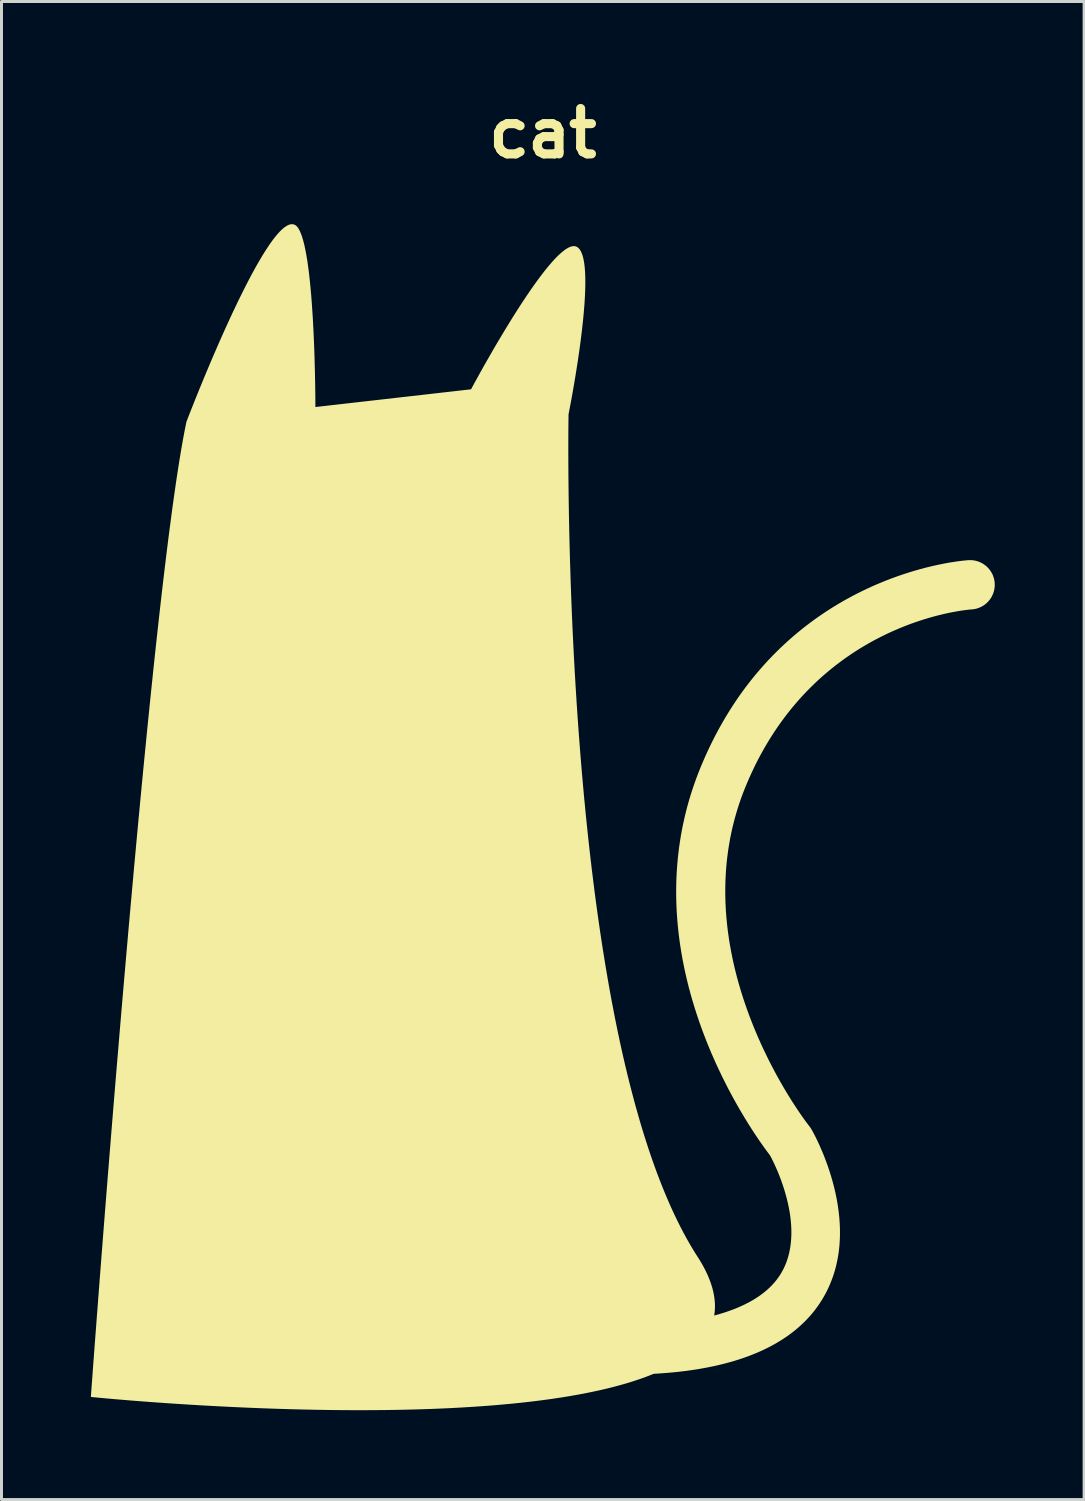
<source format=kicad_pcb>
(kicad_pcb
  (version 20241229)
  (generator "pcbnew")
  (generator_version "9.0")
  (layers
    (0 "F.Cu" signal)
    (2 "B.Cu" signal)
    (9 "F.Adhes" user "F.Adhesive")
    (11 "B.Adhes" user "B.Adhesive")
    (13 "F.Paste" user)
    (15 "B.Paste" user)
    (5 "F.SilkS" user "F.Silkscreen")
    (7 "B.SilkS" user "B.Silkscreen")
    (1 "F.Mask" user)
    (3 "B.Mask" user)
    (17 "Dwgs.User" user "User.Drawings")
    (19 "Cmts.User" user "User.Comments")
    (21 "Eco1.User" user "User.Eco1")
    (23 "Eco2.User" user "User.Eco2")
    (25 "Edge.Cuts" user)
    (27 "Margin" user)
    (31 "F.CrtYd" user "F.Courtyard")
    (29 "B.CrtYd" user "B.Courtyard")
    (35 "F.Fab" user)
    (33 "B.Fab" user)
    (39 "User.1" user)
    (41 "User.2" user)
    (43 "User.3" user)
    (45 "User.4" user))
  (footprint "cat"
    (layer "F.Cu")
    (at 15.172 24.862)
    (property "Reference" "cat" (at 0 -23.435 0) (layer "F.SilkS") (effects (font (size 1.524 1.524) (thickness 0.305))))
    (attr exclude_from_pos_files exclude_from_bom)
    (fp_poly (pts (xy -8.425 -20.386) (xy -8.449 -20.384) (xy -8.474 -20.38) (xy -8.499 -20.374) (xy -8.525 -20.365) (xy -8.551 -20.354) (xy -8.578 -20.341) (xy -8.605 -20.325) (xy -8.633 -20.307) (xy -8.661 -20.288) (xy -8.69 -20.266) (xy -8.719 -20.242) (xy -8.748 -20.216) (xy -8.778 -20.188) (xy -8.809 -20.159) (xy -8.839 -20.127) (xy -8.87 -20.094) (xy -8.902 -20.058) (xy -8.933 -20.021) (xy -8.966 -19.983) (xy -8.998 -19.942) (xy -9.031 -19.9) (xy -9.064 -19.856) (xy -9.097 -19.811) (xy -9.131 -19.764) (xy -9.165 -19.716) (xy -9.199 -19.666) (xy -9.233 -19.615) (xy -9.268 -19.562) (xy -9.303 -19.508) (xy -9.338 -19.453) (xy -9.373 -19.397) (xy -9.409 -19.339) (xy -9.444 -19.28) (xy -9.48 -19.22) (xy -9.516 -19.158) (xy -9.552 -19.096) (xy -9.589 -19.032) (xy -9.625 -18.968) (xy -9.662 -18.903) (xy -9.698 -18.836) (xy -9.735 -18.769) (xy -9.772 -18.701) (xy -9.809 -18.632) (xy -9.845 -18.562) (xy -9.882 -18.492) (xy -9.919 -18.42) (xy -9.956 -18.348) (xy -9.993 -18.276) (xy -10.03 -18.203) (xy -10.067 -18.129) (xy -10.104 -18.055) (xy -10.141 -17.98) (xy -10.178 -17.905) (xy -10.215 -17.83) (xy -10.252 -17.754) (xy -10.288 -17.677) (xy -10.325 -17.601) (xy -10.361 -17.524) (xy -10.398 -17.447) (xy -10.434 -17.37) (xy -10.47 -17.292) (xy -10.506 -17.215) (xy -10.541 -17.137) (xy -10.577 -17.06) (xy -10.612 -16.982) (xy -10.648 -16.905) (xy -10.683 -16.827) (xy -10.717 -16.75) (xy -10.752 -16.673) (xy -10.786 -16.596) (xy -10.82 -16.519) (xy -10.854 -16.443) (xy -10.887 -16.366) (xy -10.921 -16.291) (xy -10.953 -16.215) (xy -10.986 -16.14) (xy -11.018 -16.066) (xy -11.05 -15.991) (xy -11.082 -15.918) (xy -11.113 -15.845) (xy -11.144 -15.773) (xy -11.174 -15.701) (xy -11.204 -15.63) (xy -11.234 -15.56) (xy -11.263 -15.49) (xy -11.292 -15.421) (xy -11.32 -15.353) (xy -11.348 -15.286) (xy -11.376 -15.22) (xy -11.403 -15.155) (xy -11.429 -15.091) (xy -11.455 -15.028) (xy -11.481 -14.965) (xy -11.506 -14.904) (xy -11.53 -14.845) (xy -11.554 -14.786) (xy -11.577 -14.728) (xy -11.6 -14.672) (xy -11.622 -14.617) (xy -11.644 -14.563) (xy -11.665 -14.511) (xy -11.685 -14.46) (xy -11.705 -14.411) (xy -11.724 -14.363) (xy -11.743 -14.316) (xy -11.76 -14.272) (xy -11.778 -14.228) (xy -11.794 -14.187) (xy -11.81 -14.147) (xy -11.825 -14.108) (xy -11.839 -14.072) (xy -11.853 -14.037) (xy -11.866 -14.004) (xy -11.878 -13.973) (xy -11.889 -13.944) (xy -11.9 -13.916) (xy -11.91 -13.891) (xy -11.919 -13.868) (xy -11.927 -13.846) (xy -11.935 -13.827) (xy -11.941 -13.81) (xy -11.947 -13.795) (xy -11.952 -13.782) (xy -11.956 -13.772) (xy -11.959 -13.764) (xy -11.961 -13.758) (xy -11.963 -13.754) (xy -11.963 -13.753) (xy -11.97 -13.718) (xy -11.978 -13.682) (xy -11.985 -13.646) (xy -11.993 -13.61) (xy -12 -13.573) (xy -12.008 -13.535) (xy -12.015 -13.497) (xy -12.023 -13.459) (xy -12.03 -13.42) (xy -12.038 -13.381) (xy -12.045 -13.341) (xy -12.053 -13.301) (xy -12.06 -13.261) (xy -12.068 -13.22) (xy -12.075 -13.178) (xy -12.083 -13.136) (xy -12.091 -13.094) (xy -12.098 -13.052) (xy -12.106 -13.008) (xy -12.114 -12.965) (xy -12.121 -12.921) (xy -12.129 -12.877) (xy -12.137 -12.832) (xy -12.144 -12.787) (xy -12.152 -12.741) (xy -12.16 -12.695) (xy -12.167 -12.649) (xy -12.175 -12.602) (xy -12.183 -12.555) (xy -12.191 -12.507) (xy -12.199 -12.459) (xy -12.206 -12.41) (xy -12.214 -12.362) (xy -12.222 -12.312) (xy -12.23 -12.263) (xy -12.238 -12.213) (xy -12.245 -12.162) (xy -12.253 -12.112) (xy -12.261 -12.061) (xy -12.269 -12.009) (xy -12.277 -11.957) (xy -12.285 -11.905) (xy -12.293 -11.852) (xy -12.301 -11.799) (xy -12.309 -11.746) (xy -12.317 -11.692) (xy -12.324 -11.638) (xy -12.332 -11.583) (xy -12.34 -11.529) (xy -12.348 -11.473) (xy -12.356 -11.418) (xy -12.364 -11.362) (xy -12.372 -11.306) (xy -12.38 -11.249) (xy -12.388 -11.192) (xy -12.396 -11.135) (xy -12.404 -11.077) (xy -12.412 -11.019) (xy -12.421 -10.96) (xy -12.429 -10.902) (xy -12.437 -10.843) (xy -12.445 -10.783) (xy -12.453 -10.724) (xy -12.461 -10.664) (xy -12.469 -10.603) (xy -12.477 -10.542) (xy -12.485 -10.481) (xy -12.493 -10.42) (xy -12.501 -10.358) (xy -12.51 -10.296) (xy -12.518 -10.234) (xy -12.526 -10.171) (xy -12.534 -10.109) (xy -12.542 -10.045) (xy -12.55 -9.982) (xy -12.559 -9.918) (xy -12.567 -9.854) (xy -12.575 -9.789) (xy -12.583 -9.724) (xy -12.591 -9.659) (xy -12.599 -9.594) (xy -12.608 -9.528) (xy -12.616 -9.462) (xy -12.624 -9.396) (xy -12.632 -9.329) (xy -12.641 -9.263) (xy -12.649 -9.195) (xy -12.657 -9.128) (xy -12.665 -9.06) (xy -12.673 -8.992) (xy -12.682 -8.924) (xy -12.69 -8.856) (xy -12.698 -8.787) (xy -12.707 -8.718) (xy -12.715 -8.648) (xy -12.723 -8.579) (xy -12.731 -8.509) (xy -12.74 -8.439) (xy -12.748 -8.369) (xy -12.756 -8.298) (xy -12.764 -8.227) (xy -12.773 -8.156) (xy -12.781 -8.084) (xy -12.789 -8.013) (xy -12.798 -7.941) (xy -12.806 -7.869) (xy -12.814 -7.796) (xy -12.823 -7.724) (xy -12.831 -7.651) (xy -12.839 -7.578) (xy -12.848 -7.504) (xy -12.856 -7.431) (xy -12.864 -7.357) (xy -12.872 -7.283) (xy -12.881 -7.209) (xy -12.889 -7.134) (xy -12.897 -7.059) (xy -12.906 -6.984) (xy -12.914 -6.909) (xy -12.922 -6.834) (xy -12.931 -6.758) (xy -12.939 -6.682) (xy -12.947 -6.606) (xy -12.956 -6.53) (xy -12.964 -6.454) (xy -12.973 -6.377) (xy -12.981 -6.3) (xy -12.989 -6.223) (xy -12.998 -6.146) (xy -13.006 -6.068) (xy -13.014 -5.991) (xy -13.023 -5.913) (xy -13.031 -5.835) (xy -13.039 -5.756) (xy -13.048 -5.678) (xy -13.056 -5.599) (xy -13.064 -5.521) (xy -13.073 -5.442) (xy -13.081 -5.363) (xy -13.089 -5.283) (xy -13.098 -5.204) (xy -13.106 -5.124) (xy -13.114 -5.044) (xy -13.123 -4.964) (xy -13.131 -4.884) (xy -13.139 -4.804) (xy -13.148 -4.723) (xy -13.156 -4.642) (xy -13.164 -4.562) (xy -13.173 -4.481) (xy -13.181 -4.399) (xy -13.189 -4.318) (xy -13.198 -4.237) (xy -13.206 -4.155) (xy -13.214 -4.073) (xy -13.222 -3.991) (xy -13.231 -3.909) (xy -13.239 -3.827) (xy -13.247 -3.745) (xy -13.256 -3.662) (xy -13.264 -3.58) (xy -13.272 -3.497) (xy -13.281 -3.414) (xy -13.289 -3.331) (xy -13.297 -3.248) (xy -13.305 -3.165) (xy -13.314 -3.082) (xy -13.322 -2.998) (xy -13.33 -2.915) (xy -13.338 -2.831) (xy -13.347 -2.747) (xy -13.355 -2.663) (xy -13.363 -2.579) (xy -13.371 -2.495) (xy -13.38 -2.411) (xy -13.388 -2.326) (xy -13.396 -2.242) (xy -13.404 -2.157) (xy -13.413 -2.073) (xy -13.421 -1.988) (xy -13.429 -1.903) (xy -13.437 -1.818) (xy -13.445 -1.733) (xy -13.454 -1.648) (xy -13.462 -1.563) (xy -13.47 -1.477) (xy -13.478 -1.392) (xy -13.486 -1.306) (xy -13.494 -1.221) (xy -13.503 -1.135) (xy -13.511 -1.05) (xy -13.519 -0.964) (xy -13.527 -0.878) (xy -13.535 -0.792) (xy -13.543 -0.706) (xy -13.551 -0.62) (xy -13.559 -0.534) (xy -13.568 -0.448) (xy -13.576 -0.362) (xy -13.584 -0.275) (xy -13.592 -0.189) (xy -13.6 -0.103) (xy -13.608 -0.016) (xy -13.616 0.07) (xy -13.624 0.157) (xy -13.632 0.243) (xy -13.64 0.33) (xy -13.648 0.416) (xy -13.656 0.503) (xy -13.664 0.59) (xy -13.672 0.676) (xy -13.68 0.763) (xy -13.688 0.85) (xy -13.696 0.937) (xy -13.704 1.024) (xy -13.712 1.111) (xy -13.72 1.197) (xy -13.728 1.284) (xy -13.736 1.371) (xy -13.744 1.458) (xy -13.751 1.545) (xy -13.759 1.632) (xy -13.767 1.719) (xy -13.775 1.806) (xy -13.783 1.893) (xy -13.791 1.98) (xy -13.799 2.067) (xy -13.806 2.154) (xy -13.814 2.241) (xy -13.822 2.328) (xy -13.83 2.415) (xy -13.838 2.502) (xy -13.845 2.589) (xy -13.853 2.676) (xy -13.861 2.763) (xy -13.869 2.85) (xy -13.876 2.937) (xy -13.884 3.024) (xy -13.892 3.11) (xy -13.9 3.197) (xy -13.907 3.284) (xy -13.915 3.371) (xy -13.923 3.457) (xy -13.93 3.544) (xy -13.938 3.631) (xy -13.945 3.717) (xy -13.953 3.804) (xy -13.961 3.891) (xy -13.968 3.977) (xy -13.976 4.064) (xy -13.983 4.15) (xy -13.991 4.236) (xy -13.998 4.323) (xy -14.006 4.409) (xy -14.013 4.495) (xy -14.021 4.581) (xy -14.028 4.667) (xy -14.036 4.753) (xy -14.043 4.839) (xy -14.051 4.925) (xy -14.058 5.011) (xy -14.065 5.097) (xy -14.073 5.182) (xy -14.08 5.268) (xy -14.088 5.353) (xy -14.095 5.439) (xy -14.102 5.524) (xy -14.11 5.609) (xy -14.117 5.695) (xy -14.124 5.78) (xy -14.131 5.865) (xy -14.139 5.95) (xy -14.146 6.035) (xy -14.153 6.119) (xy -14.16 6.204) (xy -14.167 6.288) (xy -14.175 6.373) (xy -14.182 6.457) (xy -14.189 6.541) (xy -14.196 6.626) (xy -14.203 6.71) (xy -14.21 6.793) (xy -14.217 6.877) (xy -14.224 6.961) (xy -14.231 7.045) (xy -14.238 7.128) (xy -14.245 7.211) (xy -14.252 7.294) (xy -14.259 7.378) (xy -14.266 7.46) (xy -14.273 7.543) (xy -14.28 7.626) (xy -14.287 7.709) (xy -14.294 7.791) (xy -14.301 7.873) (xy -14.308 7.955) (xy -14.314 8.037) (xy -14.321 8.119) (xy -14.328 8.201) (xy -14.335 8.282) (xy -14.342 8.364) (xy -14.348 8.445) (xy -14.355 8.526) (xy -14.362 8.607) (xy -14.368 8.688) (xy -14.375 8.769) (xy -14.382 8.849) (xy -14.388 8.929) (xy -14.395 9.01) (xy -14.401 9.089) (xy -14.408 9.169) (xy -14.415 9.249) (xy -14.421 9.328) (xy -14.428 9.408) (xy -14.434 9.487) (xy -14.44 9.566) (xy -14.447 9.644) (xy -14.453 9.723) (xy -14.46 9.801) (xy -14.466 9.88) (xy -14.472 9.958) (xy -14.479 10.035) (xy -14.485 10.113) (xy -14.491 10.19) (xy -14.498 10.268) (xy -14.504 10.345) (xy -14.51 10.421) (xy -14.516 10.498) (xy -14.522 10.574) (xy -14.529 10.651) (xy -14.535 10.727) (xy -14.541 10.802) (xy -14.547 10.878) (xy -14.553 10.953) (xy -14.559 11.028) (xy -14.565 11.103) (xy -14.571 11.178) (xy -14.577 11.252) (xy -14.583 11.327) (xy -14.589 11.401) (xy -14.595 11.474) (xy -14.601 11.548) (xy -14.607 11.621) (xy -14.612 11.694) (xy -14.618 11.767) (xy -14.624 11.84) (xy -14.63 11.912) (xy -14.636 11.984) (xy -14.641 12.056) (xy -14.647 12.127) (xy -14.653 12.199) (xy -14.658 12.27) (xy -14.664 12.341) (xy -14.67 12.411) (xy -14.675 12.482) (xy -14.681 12.552) (xy -14.686 12.621) (xy -14.692 12.691) (xy -14.697 12.76) (xy -14.703 12.829) (xy -14.708 12.898) (xy -14.713 12.966) (xy -14.719 13.034) (xy -14.724 13.102) (xy -14.73 13.17) (xy -14.735 13.237) (xy -14.74 13.304) (xy -14.745 13.371) (xy -14.751 13.438) (xy -14.756 13.504) (xy -14.761 13.57) (xy -14.766 13.635) (xy -14.771 13.701) (xy -14.776 13.766) (xy -14.781 13.83) (xy -14.786 13.895) (xy -14.791 13.959) (xy -14.796 14.022) (xy -14.801 14.086) (xy -14.806 14.149) (xy -14.811 14.212) (xy -14.816 14.275) (xy -14.821 14.337) (xy -14.826 14.399) (xy -14.83 14.46) (xy -14.835 14.522) (xy -14.84 14.582) (xy -14.845 14.643) (xy -14.849 14.703) (xy -14.854 14.763) (xy -14.858 14.823) (xy -14.863 14.882) (xy -14.868 14.941) (xy -14.872 15) (xy -14.877 15.058) (xy -14.881 15.116) (xy -14.885 15.174) (xy -14.89 15.231) (xy -14.894 15.288) (xy -14.899 15.344) (xy -14.903 15.4) (xy -14.907 15.456) (xy -14.911 15.512) (xy -14.916 15.567) (xy -14.92 15.622) (xy -14.924 15.676) (xy -14.928 15.73) (xy -14.932 15.784) (xy -14.936 15.837) (xy -14.94 15.89) (xy -14.944 15.943) (xy -14.948 15.995) (xy -14.952 16.047) (xy -14.956 16.098) (xy -14.96 16.149) (xy -14.964 16.2) (xy -14.968 16.25) (xy -14.972 16.3) (xy -14.975 16.349) (xy -14.979 16.398) (xy -14.983 16.447) (xy -14.986 16.495) (xy -14.99 16.543) (xy -14.994 16.591) (xy -14.997 16.638) (xy -15.001 16.685) (xy -15.004 16.731) (xy -15.008 16.777) (xy -15.011 16.822) (xy -15.015 16.867) (xy -15.018 16.912) (xy -15.021 16.956) (xy -15.025 17) (xy -15.028 17.044) (xy -15.031 17.087) (xy -15.034 17.129) (xy -15.038 17.171) (xy -15.041 17.213) (xy -15.044 17.254) (xy -15.047 17.295) (xy -15.05 17.335) (xy -15.053 17.375) (xy -15.056 17.415) (xy -15.059 17.454) (xy -15.062 17.493) (xy -15.065 17.531) (xy -15.067 17.569) (xy -15.07 17.606) (xy -15.073 17.643) (xy -15.076 17.679) (xy -15.078 17.715) (xy -15.081 17.751) (xy -15.084 17.786) (xy -15.086 17.82) (xy -15.089 17.855) (xy -15.091 17.888) (xy -15.094 17.921) (xy -15.096 17.954) (xy -15.099 17.986) (xy -15.101 18.018) (xy -15.103 18.049) (xy -15.106 18.08) (xy -15.108 18.111) (xy -15.11 18.14) (xy -15.112 18.17) (xy -15.114 18.199) (xy -15.116 18.227) (xy -15.118 18.255) (xy -15.12 18.283) (xy -15.122 18.309) (xy -15.124 18.336) (xy -15.126 18.362) (xy -15.128 18.387) (xy -15.13 18.412) (xy -15.132 18.437) (xy -15.134 18.461) (xy -15.135 18.484) (xy -15.137 18.507) (xy -15.139 18.529) (xy -15.14 18.551) (xy -15.142 18.573) (xy -15.143 18.594) (xy -15.145 18.614) (xy -15.146 18.634) (xy -15.148 18.653) (xy -15.149 18.672) (xy -15.151 18.69) (xy -15.152 18.708) (xy -15.153 18.725) (xy -15.154 18.742) (xy -15.155 18.758) (xy -15.157 18.773) (xy -15.158 18.788) (xy -15.159 18.803) (xy -15.16 18.817) (xy -15.161 18.83) (xy -15.162 18.843) (xy -15.163 18.855) (xy -15.163 18.867) (xy -15.164 18.878) (xy -15.165 18.889) (xy -15.166 18.899) (xy -15.167 18.909) (xy -15.167 18.918) (xy -15.168 18.926) (xy -15.168 18.934) (xy -15.169 18.941) (xy -15.169 18.948) (xy -15.17 18.954) (xy -15.17 18.96) (xy -15.171 18.965) (xy -15.171 18.969) (xy -15.171 18.973) (xy -15.171 18.976) (xy -15.172 18.979) (xy -15.172 18.981) (xy -15.172 18.982) (xy -15.172 18.983) (xy -15.172 18.983) (xy -15.171 18.983) (xy -15.17 18.984) (xy -15.168 18.984) (xy -15.165 18.984) (xy -15.161 18.984) (xy -15.156 18.985) (xy -15.151 18.986) (xy -15.144 18.986) (xy -15.137 18.987) (xy -15.129 18.988) (xy -15.12 18.989) (xy -15.11 18.99) (xy -15.1 18.991) (xy -15.089 18.992) (xy -15.076 18.993) (xy -15.063 18.994) (xy -15.05 18.996) (xy -15.035 18.997) (xy -15.02 18.998) (xy -15.004 19) (xy -14.987 19.002) (xy -14.969 19.003) (xy -14.951 19.005) (xy -14.931 19.007) (xy -14.911 19.009) (xy -14.891 19.011) (xy -14.869 19.013) (xy -14.847 19.015) (xy -14.824 19.017) (xy -14.8 19.019) (xy -14.776 19.021) (xy -14.75 19.024) (xy -14.724 19.026) (xy -14.698 19.029) (xy -14.67 19.031) (xy -14.642 19.034) (xy -14.614 19.036) (xy -14.584 19.039) (xy -14.554 19.041) (xy -14.523 19.044) (xy -14.492 19.047) (xy -14.459 19.05) (xy -14.426 19.053) (xy -14.393 19.056) (xy -14.358 19.059) (xy -14.324 19.062) (xy -14.288 19.065) (xy -14.252 19.068) (xy -14.215 19.071) (xy -14.177 19.074) (xy -14.139 19.077) (xy -14.1 19.08) (xy -14.061 19.084) (xy -14.021 19.087) (xy -13.98 19.09) (xy -13.939 19.094) (xy -13.897 19.097) (xy -13.854 19.101) (xy -13.811 19.104) (xy -13.767 19.108) (xy -13.723 19.111) (xy -13.678 19.115) (xy -13.632 19.118) (xy -13.586 19.122) (xy -13.539 19.126) (xy -13.492 19.129) (xy -13.444 19.133) (xy -13.396 19.137) (xy -13.347 19.14) (xy -13.297 19.144) (xy -13.247 19.148) (xy -13.197 19.152) (xy -13.146 19.155) (xy -13.094 19.159) (xy -13.042 19.163) (xy -12.989 19.167) (xy -12.936 19.171) (xy -12.882 19.174) (xy -12.827 19.178) (xy -12.773 19.182) (xy -12.717 19.186) (xy -12.661 19.19) (xy -12.605 19.194) (xy -12.548 19.198) (xy -12.491 19.201) (xy -12.433 19.205) (xy -12.375 19.209) (xy -12.316 19.213) (xy -12.257 19.217) (xy -12.197 19.221) (xy -12.137 19.225) (xy -12.077 19.228) (xy -12.016 19.232) (xy -11.954 19.236) (xy -11.892 19.24) (xy -11.83 19.244) (xy -11.767 19.248) (xy -11.704 19.251) (xy -11.64 19.255) (xy -11.576 19.259) (xy -11.512 19.263) (xy -11.447 19.267) (xy -11.382 19.27) (xy -11.316 19.274) (xy -11.25 19.278) (xy -11.183 19.281) (xy -11.117 19.285) (xy -11.049 19.289) (xy -10.982 19.292) (xy -10.914 19.296) (xy -10.845 19.299) (xy -10.777 19.303) (xy -10.708 19.306) (xy -10.638 19.31) (xy -10.568 19.313) (xy -10.498 19.317) (xy -10.428 19.32) (xy -10.357 19.324) (xy -10.286 19.327) (xy -10.215 19.33) (xy -10.143 19.333) (xy -10.071 19.337) (xy -9.998 19.34) (xy -9.926 19.343) (xy -9.853 19.346) (xy -9.779 19.349) (xy -9.706 19.352) (xy -9.632 19.355) (xy -9.558 19.358) (xy -9.483 19.361) (xy -9.409 19.364) (xy -9.334 19.367) (xy -9.258 19.369) (xy -9.183 19.372) (xy -9.107 19.375) (xy -9.031 19.377) (xy -8.955 19.38) (xy -8.878 19.382) (xy -8.802 19.385) (xy -8.725 19.387) (xy -8.648 19.389) (xy -8.57 19.392) (xy -8.492 19.394) (xy -8.415 19.396) (xy -8.336 19.398) (xy -8.258 19.4) (xy -8.18 19.402) (xy -8.101 19.404) (xy -8.022 19.406) (xy -7.943 19.408) (xy -7.864 19.409) (xy -7.784 19.411) (xy -7.705 19.413) (xy -7.625 19.414) (xy -7.545 19.416) (xy -7.465 19.417) (xy -7.385 19.418) (xy -7.304 19.419) (xy -7.224 19.421) (xy -7.143 19.422) (xy -7.062 19.423) (xy -6.981 19.424) (xy -6.9 19.424) (xy -6.819 19.425) (xy -6.738 19.426) (xy -6.656 19.426) (xy -6.575 19.427) (xy -6.493 19.427) (xy -6.412 19.428) (xy -6.33 19.428) (xy -6.248 19.428) (xy -6.166 19.428) (xy -6.084 19.428) (xy -6.001 19.428) (xy -5.919 19.428) (xy -5.837 19.427) (xy -5.754 19.427) (xy -5.672 19.427) (xy -5.59 19.426) (xy -5.507 19.425) (xy -5.424 19.424) (xy -5.342 19.424) (xy -5.259 19.423) (xy -5.176 19.422) (xy -5.094 19.42) (xy -5.011 19.419) (xy -4.928 19.418) (xy -4.845 19.416) (xy -4.763 19.415) (xy -4.68 19.413) (xy -4.597 19.411) (xy -4.514 19.409) (xy -4.431 19.407) (xy -4.349 19.405) (xy -4.266 19.403) (xy -4.183 19.4) (xy -4.101 19.398) (xy -4.018 19.395) (xy -3.935 19.392) (xy -3.853 19.39) (xy -3.77 19.387) (xy -3.688 19.384) (xy -3.605 19.38) (xy -3.523 19.377) (xy -3.441 19.374) (xy -3.358 19.37) (xy -3.276 19.366) (xy -3.194 19.363) (xy -3.112 19.359) (xy -3.03 19.355) (xy -2.948 19.35) (xy -2.867 19.346) (xy -2.785 19.341) (xy -2.704 19.337) (xy -2.622 19.332) (xy -2.541 19.327) (xy -2.46 19.322) (xy -2.379 19.317) (xy -2.298 19.312) (xy -2.217 19.306) (xy -2.136 19.301) (xy -2.056 19.295) (xy -1.976 19.289) (xy -1.895 19.283) (xy -1.815 19.277) (xy -1.736 19.271) (xy -1.656 19.265) (xy -1.576 19.258) (xy -1.497 19.251) (xy -1.418 19.244) (xy -1.339 19.237) (xy -1.26 19.23) (xy -1.181 19.223) (xy -1.103 19.215) (xy -1.025 19.208) (xy -0.947 19.2) (xy -0.869 19.192) (xy -0.791 19.184) (xy -0.714 19.176) (xy -0.637 19.167) (xy -0.56 19.159) (xy -0.483 19.15) (xy -0.407 19.141) (xy -0.331 19.132) (xy -0.255 19.123) (xy -0.179 19.113) (xy -0.104 19.104) (xy -0.029 19.094) (xy 0.046 19.084) (xy 0.121 19.074) (xy 0.195 19.064) (xy 0.269 19.054) (xy 0.343 19.043) (xy 0.416 19.032) (xy 0.489 19.021) (xy 0.562 19.01) (xy 0.635 18.999) (xy 0.707 18.987) (xy 0.779 18.976) (xy 0.851 18.964) (xy 0.922 18.952) (xy 0.993 18.94) (xy 1.064 18.927) (xy 1.134 18.915) (xy 1.204 18.902) (xy 1.274 18.889) (xy 1.343 18.876) (xy 1.412 18.863) (xy 1.48 18.849) (xy 1.549 18.835) (xy 1.616 18.822) (xy 1.684 18.807) (xy 1.751 18.793) (xy 1.818 18.779) (xy 1.884 18.764) (xy 1.95 18.749) (xy 2.015 18.734) (xy 2.081 18.719) (xy 2.145 18.703) (xy 2.21 18.688) (xy 2.273 18.672) (xy 2.337 18.656) (xy 2.4 18.64) (xy 2.463 18.623) (xy 2.525 18.606) (xy 2.587 18.59) (xy 2.648 18.572) (xy 2.709 18.555) (xy 2.769 18.538) (xy 2.829 18.52) (xy 2.889 18.502) (xy 2.948 18.484) (xy 3.006 18.465) (xy 3.064 18.447) (xy 3.122 18.428) (xy 3.179 18.409) (xy 3.236 18.39) (xy 3.292 18.37) (xy 3.347 18.351) (xy 3.403 18.331) (xy 3.457 18.311) (xy 3.511 18.29) (xy 3.565 18.27) (xy 3.618 18.249) (xy 3.671 18.228) (xy 3.723 18.207) (xy 3.803 18.202) (xy 3.883 18.197) (xy 3.962 18.192) (xy 4.041 18.186) (xy 4.119 18.18) (xy 4.197 18.174) (xy 4.274 18.167) (xy 4.351 18.16) (xy 4.427 18.153) (xy 4.503 18.145) (xy 4.578 18.137) (xy 4.653 18.128) (xy 4.728 18.119) (xy 4.801 18.11) (xy 4.875 18.1) (xy 4.947 18.09) (xy 5.02 18.08) (xy 5.091 18.069) (xy 5.163 18.058) (xy 5.233 18.046) (xy 5.303 18.034) (xy 5.373 18.022) (xy 5.442 18.009) (xy 5.511 17.996) (xy 5.579 17.983) (xy 5.647 17.969) (xy 5.714 17.955) (xy 5.781 17.941) (xy 5.847 17.926) (xy 5.912 17.911) (xy 5.978 17.895) (xy 6.042 17.879) (xy 6.106 17.863) (xy 6.17 17.846) (xy 6.233 17.829) (xy 6.296 17.812) (xy 6.358 17.794) (xy 6.419 17.776) (xy 6.48 17.757) (xy 6.541 17.739) (xy 6.601 17.719) (xy 6.66 17.7) (xy 6.719 17.68) (xy 6.778 17.659) (xy 6.836 17.639) (xy 6.893 17.618) (xy 6.95 17.596) (xy 7.006 17.575) (xy 7.062 17.552) (xy 7.118 17.53) (xy 7.172 17.507) (xy 7.227 17.484) (xy 7.281 17.46) (xy 7.334 17.436) (xy 7.387 17.412) (xy 7.439 17.387) (xy 7.491 17.362) (xy 7.542 17.337) (xy 7.593 17.311) (xy 7.643 17.285) (xy 7.692 17.259) (xy 7.742 17.232) (xy 7.79 17.205) (xy 7.838 17.177) (xy 7.886 17.149) (xy 7.933 17.121) (xy 7.98 17.092) (xy 8.026 17.063) (xy 8.071 17.034) (xy 8.116 17.004) (xy 8.161 16.974) (xy 8.205 16.944) (xy 8.248 16.913) (xy 8.291 16.882) (xy 8.334 16.85) (xy 8.375 16.818) (xy 8.417 16.786) (xy 8.458 16.754) (xy 8.498 16.721) (xy 8.538 16.687) (xy 8.577 16.654) (xy 8.616 16.62) (xy 8.654 16.585) (xy 8.692 16.55) (xy 8.729 16.515) (xy 8.765 16.48) (xy 8.802 16.444) (xy 8.837 16.408) (xy 8.872 16.371) (xy 8.907 16.334) (xy 8.941 16.297) (xy 8.974 16.26) (xy 9.007 16.222) (xy 9.04 16.183) (xy 9.072 16.145) (xy 9.103 16.106) (xy 9.134 16.066) (xy 9.164 16.026) (xy 9.194 15.986) (xy 9.223 15.946) (xy 9.252 15.905) (xy 9.28 15.864) (xy 9.308 15.822) (xy 9.335 15.781) (xy 9.362 15.738) (xy 9.388 15.696) (xy 9.413 15.653) (xy 9.438 15.61) (xy 9.478 15.538) (xy 9.517 15.465) (xy 9.553 15.393) (xy 9.588 15.32) (xy 9.621 15.246) (xy 9.652 15.173) (xy 9.682 15.099) (xy 9.71 15.025) (xy 9.737 14.951) (xy 9.762 14.877) (xy 9.785 14.803) (xy 9.807 14.728) (xy 9.828 14.653) (xy 9.847 14.579) (xy 9.864 14.504) (xy 9.88 14.429) (xy 9.895 14.354) (xy 9.909 14.279) (xy 9.921 14.204) (xy 9.932 14.13) (xy 9.941 14.055) (xy 9.95 13.98) (xy 9.957 13.905) (xy 9.963 13.831) (xy 9.967 13.757) (xy 9.971 13.682) (xy 9.974 13.608) (xy 9.975 13.534) (xy 9.976 13.461) (xy 9.975 13.387) (xy 9.974 13.314) (xy 9.971 13.241) (xy 9.968 13.168) (xy 9.963 13.096) (xy 9.958 13.024) (xy 9.952 12.952) (xy 9.945 12.881) (xy 9.937 12.81) (xy 9.929 12.74) (xy 9.919 12.67) (xy 9.909 12.6) (xy 9.899 12.531) (xy 9.887 12.462) (xy 9.876 12.394) (xy 9.863 12.327) (xy 9.85 12.259) (xy 9.836 12.193) (xy 9.822 12.127) (xy 9.807 12.062) (xy 9.792 11.997) (xy 9.776 11.933) (xy 9.76 11.87) (xy 9.743 11.807) (xy 9.727 11.745) (xy 9.709 11.684) (xy 9.692 11.623) (xy 9.674 11.564) (xy 9.656 11.505) (xy 9.638 11.446) (xy 9.619 11.389) (xy 9.6 11.333) (xy 9.582 11.277) (xy 9.563 11.222) (xy 9.544 11.169) (xy 9.524 11.116) (xy 9.505 11.064) (xy 9.486 11.013) (xy 9.467 10.963) (xy 9.448 10.914) (xy 9.429 10.866) (xy 9.41 10.819) (xy 9.391 10.773) (xy 9.372 10.728) (xy 9.353 10.685) (xy 9.335 10.642) (xy 9.317 10.601) (xy 9.299 10.56) (xy 9.282 10.521) (xy 9.264 10.484) (xy 9.247 10.447) (xy 9.231 10.412) (xy 9.215 10.378) (xy 9.199 10.345) (xy 9.184 10.313) (xy 9.169 10.283) (xy 9.154 10.254) (xy 9.141 10.227) (xy 9.127 10.201) (xy 9.115 10.176) (xy 9.103 10.153) (xy 9.091 10.131) (xy 9.08 10.11) (xy 9.07 10.092) (xy 9.061 10.074) (xy 9.052 10.058) (xy 9.045 10.044) (xy 9.037 10.031) (xy 9.031 10.02) (xy 9.026 10.011) (xy 9.021 10.003) (xy 9.018 9.996) (xy 9.015 9.992) (xy 8.982 9.94) (xy 8.945 9.89) (xy 8.944 9.889) (xy 8.943 9.887) (xy 8.94 9.884) (xy 8.938 9.881) (xy 8.934 9.877) (xy 8.93 9.872) (xy 8.926 9.866) (xy 8.921 9.86) (xy 8.915 9.853) (xy 8.909 9.845) (xy 8.903 9.837) (xy 8.896 9.827) (xy 8.888 9.817) (xy 8.88 9.807) (xy 8.872 9.795) (xy 8.863 9.783) (xy 8.853 9.771) (xy 8.843 9.757) (xy 8.833 9.743) (xy 8.822 9.728) (xy 8.81 9.713) (xy 8.799 9.697) (xy 8.786 9.68) (xy 8.774 9.662) (xy 8.761 9.644) (xy 8.747 9.625) (xy 8.733 9.606) (xy 8.719 9.585) (xy 8.704 9.565) (xy 8.689 9.543) (xy 8.674 9.521) (xy 8.658 9.498) (xy 8.642 9.475) (xy 8.626 9.451) (xy 8.609 9.426) (xy 8.592 9.401) (xy 8.574 9.375) (xy 8.556 9.348) (xy 8.538 9.321) (xy 8.52 9.293) (xy 8.501 9.265) (xy 8.482 9.236) (xy 8.462 9.206) (xy 8.443 9.176) (xy 8.423 9.145) (xy 8.403 9.114) (xy 8.382 9.082) (xy 8.361 9.049) (xy 8.34 9.016) (xy 8.319 8.982) (xy 8.298 8.948) (xy 8.276 8.913) (xy 8.254 8.878) (xy 8.232 8.842) (xy 8.21 8.805) (xy 8.187 8.768) (xy 8.165 8.73) (xy 8.142 8.692) (xy 8.119 8.653) (xy 8.095 8.614) (xy 8.072 8.574) (xy 8.049 8.533) (xy 8.025 8.492) (xy 8.001 8.451) (xy 7.977 8.409) (xy 7.953 8.366) (xy 7.929 8.323) (xy 7.904 8.28) (xy 7.88 8.236) (xy 7.855 8.191) (xy 7.831 8.146) (xy 7.806 8.1) (xy 7.781 8.054) (xy 7.757 8.008) (xy 7.732 7.96) (xy 7.707 7.913) (xy 7.682 7.865) (xy 7.657 7.816) (xy 7.632 7.767) (xy 7.606 7.718) (xy 7.581 7.668) (xy 7.556 7.617) (xy 7.531 7.566) (xy 7.506 7.515) (xy 7.481 7.463) (xy 7.456 7.411) (xy 7.43 7.358) (xy 7.405 7.305) (xy 7.38 7.251) (xy 7.355 7.197) (xy 7.33 7.143) (xy 7.305 7.088) (xy 7.281 7.032) (xy 7.256 6.977) (xy 7.231 6.921) (xy 7.207 6.864) (xy 7.182 6.807) (xy 7.158 6.749) (xy 7.134 6.692) (xy 7.109 6.633) (xy 7.085 6.575) (xy 7.061 6.516) (xy 7.038 6.456) (xy 7.014 6.396) (xy 6.991 6.336) (xy 6.967 6.276) (xy 6.944 6.215) (xy 6.921 6.153) (xy 6.898 6.092) (xy 6.876 6.03) (xy 6.853 5.967) (xy 6.831 5.904) (xy 6.809 5.841) (xy 6.787 5.778) (xy 6.766 5.714) (xy 6.744 5.65) (xy 6.723 5.585) (xy 6.702 5.52) (xy 6.682 5.455) (xy 6.661 5.389) (xy 6.641 5.323) (xy 6.621 5.257) (xy 6.602 5.191) (xy 6.582 5.124) (xy 6.563 5.057) (xy 6.545 4.989) (xy 6.526 4.921) (xy 6.508 4.853) (xy 6.491 4.785) (xy 6.473 4.716) (xy 6.456 4.647) (xy 6.439 4.578) (xy 6.423 4.508) (xy 6.407 4.438) (xy 6.391 4.368) (xy 6.376 4.298) (xy 6.361 4.227) (xy 6.347 4.156) (xy 6.333 4.085) (xy 6.319 4.014) (xy 6.306 3.942) (xy 6.293 3.87) (xy 6.28 3.798) (xy 6.268 3.725) (xy 6.256 3.653) (xy 6.245 3.58) (xy 6.235 3.506) (xy 6.224 3.433) (xy 6.214 3.359) (xy 6.205 3.285) (xy 6.196 3.211) (xy 6.188 3.137) (xy 6.18 3.062) (xy 6.173 2.988) (xy 6.166 2.913) (xy 6.159 2.838) (xy 6.154 2.762) (xy 6.148 2.687) (xy 6.143 2.611) (xy 6.139 2.535) (xy 6.136 2.459) (xy 6.132 2.382) (xy 6.13 2.306) (xy 6.128 2.229) (xy 6.126 2.152) (xy 6.126 2.075) (xy 6.125 1.998) (xy 6.126 1.921) (xy 6.127 1.843) (xy 6.128 1.766) (xy 6.13 1.688) (xy 6.133 1.61) (xy 6.137 1.532) (xy 6.141 1.454) (xy 6.146 1.375) (xy 6.151 1.297) (xy 6.157 1.218) (xy 6.164 1.139) (xy 6.171 1.06) (xy 6.179 0.981) (xy 6.188 0.902) (xy 6.198 0.823) (xy 6.208 0.744) (xy 6.219 0.664) (xy 6.23 0.584) (xy 6.243 0.505) (xy 6.256 0.425) (xy 6.27 0.345) (xy 6.284 0.265) (xy 6.299 0.185) (xy 6.316 0.105) (xy 6.332 0.025) (xy 6.35 -0.055) (xy 6.368 -0.136) (xy 6.388 -0.216) (xy 6.408 -0.297) (xy 6.429 -0.377) (xy 6.45 -0.458) (xy 6.473 -0.538) (xy 6.496 -0.619) (xy 6.52 -0.7) (xy 6.545 -0.78) (xy 6.571 -0.861) (xy 6.597 -0.942) (xy 6.625 -1.023) (xy 6.653 -1.104) (xy 6.683 -1.185) (xy 6.713 -1.266) (xy 6.744 -1.347) (xy 6.776 -1.428) (xy 6.813 -1.52) (xy 6.851 -1.612) (xy 6.89 -1.702) (xy 6.929 -1.792) (xy 6.969 -1.881) (xy 7.009 -1.969) (xy 7.05 -2.056) (xy 7.091 -2.142) (xy 7.132 -2.227) (xy 7.174 -2.311) (xy 7.217 -2.394) (xy 7.26 -2.477) (xy 7.303 -2.558) (xy 7.347 -2.639) (xy 7.392 -2.718) (xy 7.436 -2.797) (xy 7.481 -2.875) (xy 7.527 -2.952) (xy 7.573 -3.028) (xy 7.619 -3.104) (xy 7.666 -3.178) (xy 7.713 -3.252) (xy 7.76 -3.325) (xy 7.808 -3.397) (xy 7.856 -3.468) (xy 7.904 -3.538) (xy 7.953 -3.607) (xy 8.002 -3.676) (xy 8.052 -3.744) (xy 8.101 -3.811) (xy 8.151 -3.877) (xy 8.201 -3.942) (xy 8.252 -4.007) (xy 8.303 -4.071) (xy 8.354 -4.134) (xy 8.405 -4.196) (xy 8.457 -4.257) (xy 8.509 -4.318) (xy 8.561 -4.378) (xy 8.613 -4.437) (xy 8.666 -4.496) (xy 8.718 -4.553) (xy 8.771 -4.61) (xy 8.824 -4.666) (xy 8.878 -4.722) (xy 8.931 -4.776) (xy 8.985 -4.83) (xy 9.039 -4.883) (xy 9.093 -4.936) (xy 9.147 -4.988) (xy 9.201 -5.039) (xy 9.255 -5.089) (xy 9.31 -5.139) (xy 9.364 -5.188) (xy 9.419 -5.236) (xy 9.474 -5.283) (xy 9.529 -5.33) (xy 9.584 -5.377) (xy 9.639 -5.422) (xy 9.694 -5.467) (xy 9.749 -5.511) (xy 9.804 -5.555) (xy 9.859 -5.598) (xy 9.915 -5.64) (xy 9.97 -5.681) (xy 10.025 -5.722) (xy 10.081 -5.763) (xy 10.136 -5.803) (xy 10.191 -5.842) (xy 10.247 -5.88) (xy 10.302 -5.918) (xy 10.357 -5.955) (xy 10.412 -5.992) (xy 10.467 -6.028) (xy 10.522 -6.063) (xy 10.578 -6.098) (xy 10.632 -6.133) (xy 10.687 -6.166) (xy 10.742 -6.199) (xy 10.797 -6.232) (xy 10.851 -6.264) (xy 10.906 -6.295) (xy 10.96 -6.326) (xy 11.014 -6.357) (xy 11.068 -6.387) (xy 11.122 -6.416) (xy 11.176 -6.444) (xy 11.23 -6.473) (xy 11.283 -6.5) (xy 11.337 -6.528) (xy 11.39 -6.554) (xy 11.443 -6.58) (xy 11.495 -6.606) (xy 11.548 -6.631) (xy 11.6 -6.656) (xy 11.652 -6.68) (xy 11.704 -6.703) (xy 11.755 -6.727) (xy 11.807 -6.749) (xy 11.858 -6.771) (xy 11.909 -6.793) (xy 11.959 -6.815) (xy 12.009 -6.835) (xy 12.059 -6.856) (xy 12.109 -6.876) (xy 12.158 -6.895) (xy 12.207 -6.914) (xy 12.256 -6.933) (xy 12.304 -6.951) (xy 12.352 -6.969) (xy 12.4 -6.986) (xy 12.447 -7.003) (xy 12.494 -7.02) (xy 12.541 -7.036) (xy 12.587 -7.051) (xy 12.633 -7.067) (xy 12.679 -7.082) (xy 12.724 -7.096) (xy 12.768 -7.111) (xy 12.812 -7.124) (xy 12.856 -7.138) (xy 12.9 -7.151) (xy 12.942 -7.164) (xy 12.985 -7.176) (xy 13.027 -7.188) (xy 13.068 -7.2) (xy 13.11 -7.211) (xy 13.15 -7.222) (xy 13.19 -7.233) (xy 13.23 -7.243) (xy 13.269 -7.253) (xy 13.307 -7.263) (xy 13.345 -7.272) (xy 13.383 -7.281) (xy 13.42 -7.29) (xy 13.456 -7.299) (xy 13.492 -7.307) (xy 13.528 -7.315) (xy 13.562 -7.322) (xy 13.596 -7.33) (xy 13.63 -7.337) (xy 13.663 -7.344) (xy 13.695 -7.35) (xy 13.727 -7.356) (xy 13.758 -7.363) (xy 13.789 -7.368) (xy 13.819 -7.374) (xy 13.848 -7.379) (xy 13.876 -7.384) (xy 13.904 -7.389) (xy 13.932 -7.394) (xy 13.958 -7.398) (xy 13.984 -7.403) (xy 14.009 -7.407) (xy 14.034 -7.41) (xy 14.058 -7.414) (xy 14.081 -7.417) (xy 14.103 -7.421) (xy 14.125 -7.424) (xy 14.146 -7.427) (xy 14.166 -7.429) (xy 14.185 -7.432) (xy 14.204 -7.434) (xy 14.222 -7.436) (xy 14.239 -7.438) (xy 14.255 -7.44) (xy 14.27 -7.442) (xy 14.285 -7.444) (xy 14.299 -7.445) (xy 14.312 -7.446) (xy 14.324 -7.448) (xy 14.336 -7.449) (xy 14.346 -7.45) (xy 14.356 -7.451) (xy 14.365 -7.451) (xy 14.373 -7.452) (xy 14.38 -7.453) (xy 14.386 -7.453) (xy 14.391 -7.454) (xy 14.396 -7.454) (xy 14.436 -7.457) (xy 14.476 -7.463) (xy 14.516 -7.47) (xy 14.556 -7.48) (xy 14.595 -7.491) (xy 14.633 -7.505) (xy 14.671 -7.52) (xy 14.708 -7.537) (xy 14.744 -7.555) (xy 14.779 -7.576) (xy 14.813 -7.598) (xy 14.846 -7.622) (xy 14.878 -7.647) (xy 14.908 -7.674) (xy 14.937 -7.703) (xy 14.965 -7.733) (xy 14.991 -7.764) (xy 15.016 -7.796) (xy 15.039 -7.83) (xy 15.06 -7.864) (xy 15.079 -7.9) (xy 15.097 -7.937) (xy 15.113 -7.974) (xy 15.127 -8.012) (xy 15.139 -8.051) (xy 15.15 -8.09) (xy 15.158 -8.13) (xy 15.165 -8.17) (xy 15.169 -8.211) (xy 15.171 -8.251) (xy 15.172 -8.292) (xy 15.17 -8.332) (xy 15.167 -8.373) (xy 15.161 -8.413) (xy 15.154 -8.453) (xy 15.144 -8.493) (xy 15.133 -8.532) (xy 15.12 -8.57) (xy 15.105 -8.608) (xy 15.088 -8.645) (xy 15.069 -8.681) (xy 15.048 -8.716) (xy 15.026 -8.75) (xy 15.002 -8.783) (xy 14.977 -8.815) (xy 14.95 -8.845) (xy 14.921 -8.874) (xy 14.892 -8.902) (xy 14.86 -8.928) (xy 14.828 -8.952) (xy 14.794 -8.975) (xy 14.76 -8.997) (xy 14.724 -9.016) (xy 14.688 -9.034) (xy 14.65 -9.05) (xy 14.612 -9.064) (xy 14.573 -9.076) (xy 14.534 -9.087) (xy 14.494 -9.095) (xy 14.454 -9.101) (xy 14.414 -9.106) (xy 14.373 -9.108) (xy 14.333 -9.109) (xy 14.292 -9.107) (xy 14.288 -9.107) (xy 14.283 -9.107) (xy 14.277 -9.106) (xy 14.271 -9.106) (xy 14.264 -9.105) (xy 14.256 -9.105) (xy 14.247 -9.104) (xy 14.237 -9.103) (xy 14.227 -9.102) (xy 14.216 -9.101) (xy 14.205 -9.1) (xy 14.193 -9.099) (xy 14.18 -9.098) (xy 14.166 -9.096) (xy 14.151 -9.095) (xy 14.136 -9.093) (xy 14.121 -9.092) (xy 14.104 -9.09) (xy 14.087 -9.088) (xy 14.069 -9.086) (xy 14.051 -9.084) (xy 14.032 -9.082) (xy 14.012 -9.079) (xy 13.992 -9.076) (xy 13.97 -9.074) (xy 13.949 -9.071) (xy 13.927 -9.068) (xy 13.904 -9.065) (xy 13.88 -9.061) (xy 13.856 -9.058) (xy 13.831 -9.054) (xy 13.806 -9.05) (xy 13.78 -9.046) (xy 13.754 -9.042) (xy 13.726 -9.038) (xy 13.699 -9.033) (xy 13.671 -9.029) (xy 13.642 -9.024) (xy 13.612 -9.019) (xy 13.583 -9.013) (xy 13.552 -9.008) (xy 13.521 -9.002) (xy 13.49 -8.996) (xy 13.458 -8.99) (xy 13.425 -8.984) (xy 13.392 -8.977) (xy 13.358 -8.97) (xy 13.324 -8.963) (xy 13.29 -8.956) (xy 13.255 -8.949) (xy 13.219 -8.941) (xy 13.183 -8.933) (xy 13.147 -8.925) (xy 13.11 -8.917) (xy 13.072 -8.908) (xy 13.034 -8.899) (xy 12.996 -8.89) (xy 12.957 -8.88) (xy 12.918 -8.871) (xy 12.878 -8.861) (xy 12.838 -8.851) (xy 12.798 -8.84) (xy 12.757 -8.829) (xy 12.716 -8.818) (xy 12.674 -8.807) (xy 12.632 -8.795) (xy 12.589 -8.783) (xy 12.546 -8.771) (xy 12.503 -8.759) (xy 12.459 -8.746) (xy 12.415 -8.733) (xy 12.371 -8.719) (xy 12.326 -8.705) (xy 12.281 -8.691) (xy 12.236 -8.677) (xy 12.19 -8.662) (xy 12.144 -8.647) (xy 12.097 -8.632) (xy 12.05 -8.616) (xy 12.003 -8.6) (xy 11.956 -8.584) (xy 11.908 -8.567) (xy 11.86 -8.55) (xy 11.812 -8.533) (xy 11.763 -8.515) (xy 11.715 -8.497) (xy 11.665 -8.478) (xy 11.616 -8.459) (xy 11.566 -8.44) (xy 11.516 -8.421) (xy 11.466 -8.401) (xy 11.416 -8.38) (xy 11.365 -8.359) (xy 11.314 -8.338) (xy 11.263 -8.317) (xy 11.212 -8.295) (xy 11.16 -8.273) (xy 11.108 -8.25) (xy 11.056 -8.227) (xy 11.004 -8.203) (xy 10.952 -8.179) (xy 10.899 -8.155) (xy 10.846 -8.13) (xy 10.793 -8.105) (xy 10.74 -8.079) (xy 10.687 -8.053) (xy 10.634 -8.027) (xy 10.58 -8) (xy 10.526 -7.973) (xy 10.472 -7.945) (xy 10.418 -7.917) (xy 10.364 -7.888) (xy 10.31 -7.859) (xy 10.256 -7.829) (xy 10.201 -7.799) (xy 10.146 -7.769) (xy 10.092 -7.738) (xy 10.037 -7.706) (xy 9.982 -7.674) (xy 9.927 -7.642) (xy 9.872 -7.609) (xy 9.817 -7.575) (xy 9.762 -7.542) (xy 9.706 -7.507) (xy 9.651 -7.472) (xy 9.596 -7.437) (xy 9.54 -7.401) (xy 9.485 -7.365) (xy 9.429 -7.328) (xy 9.374 -7.29) (xy 9.318 -7.252) (xy 9.263 -7.214) (xy 9.207 -7.175) (xy 9.152 -7.136) (xy 9.096 -7.096) (xy 9.041 -7.055) (xy 8.985 -7.014) (xy 8.93 -6.972) (xy 8.874 -6.93) (xy 8.819 -6.887) (xy 8.763 -6.844) (xy 8.708 -6.8) (xy 8.653 -6.756) (xy 8.598 -6.711) (xy 8.542 -6.665) (xy 8.487 -6.619) (xy 8.432 -6.573) (xy 8.377 -6.525) (xy 8.322 -6.477) (xy 8.268 -6.429) (xy 8.213 -6.38) (xy 8.158 -6.33) (xy 8.104 -6.28) (xy 8.05 -6.229) (xy 7.995 -6.178) (xy 7.941 -6.126) (xy 7.887 -6.073) (xy 7.833 -6.02) (xy 7.78 -5.966) (xy 7.726 -5.912) (xy 7.673 -5.857) (xy 7.619 -5.801) (xy 7.566 -5.745) (xy 7.513 -5.688) (xy 7.461 -5.63) (xy 7.408 -5.572) (xy 7.356 -5.513) (xy 7.304 -5.453) (xy 7.252 -5.393) (xy 7.2 -5.332) (xy 7.148 -5.271) (xy 7.097 -5.209) (xy 7.046 -5.146) (xy 6.995 -5.082) (xy 6.945 -5.018) (xy 6.894 -4.953) (xy 6.844 -4.888) (xy 6.794 -4.822) (xy 6.745 -4.755) (xy 6.695 -4.687) (xy 6.646 -4.619) (xy 6.597 -4.55) (xy 6.549 -4.48) (xy 6.501 -4.41) (xy 6.453 -4.339) (xy 6.405 -4.267) (xy 6.358 -4.194) (xy 6.311 -4.121) (xy 6.264 -4.047) (xy 6.218 -3.972) (xy 6.172 -3.897) (xy 6.126 -3.821) (xy 6.081 -3.744) (xy 6.036 -3.666) (xy 5.991 -3.588) (xy 5.947 -3.509) (xy 5.903 -3.429) (xy 5.859 -3.348) (xy 5.816 -3.267) (xy 5.773 -3.185) (xy 5.731 -3.102) (xy 5.689 -3.018) (xy 5.647 -2.933) (xy 5.606 -2.848) (xy 5.565 -2.762) (xy 5.525 -2.675) (xy 5.485 -2.588) (xy 5.445 -2.499) (xy 5.406 -2.41) (xy 5.367 -2.32) (xy 5.329 -2.23) (xy 5.291 -2.138) (xy 5.254 -2.046) (xy 5.222 -1.966) (xy 5.192 -1.886) (xy 5.162 -1.807) (xy 5.132 -1.727) (xy 5.104 -1.648) (xy 5.076 -1.568) (xy 5.049 -1.489) (xy 5.022 -1.41) (xy 4.997 -1.33) (xy 4.971 -1.251) (xy 4.947 -1.172) (xy 4.923 -1.093) (xy 4.9 -1.014) (xy 4.878 -0.935) (xy 4.856 -0.856) (xy 4.835 -0.777) (xy 4.815 -0.699) (xy 4.795 -0.62) (xy 4.776 -0.541) (xy 4.758 -0.463) (xy 4.74 -0.384) (xy 4.723 -0.306) (xy 4.706 -0.228) (xy 4.69 -0.15) (xy 4.675 -0.072) (xy 4.66 0.006) (xy 4.646 0.084) (xy 4.632 0.162) (xy 4.62 0.24) (xy 4.607 0.317) (xy 4.596 0.395) (xy 4.584 0.472) (xy 4.574 0.549) (xy 4.564 0.626) (xy 4.555 0.703) (xy 4.546 0.78) (xy 4.537 0.857) (xy 4.53 0.934) (xy 4.523 1.01) (xy 4.516 1.087) (xy 4.51 1.163) (xy 4.504 1.239) (xy 4.499 1.315) (xy 4.495 1.391) (xy 4.491 1.467) (xy 4.487 1.542) (xy 4.484 1.618) (xy 4.482 1.693) (xy 4.48 1.768) (xy 4.479 1.843) (xy 4.478 1.918) (xy 4.477 1.993) (xy 4.477 2.068) (xy 4.478 2.142) (xy 4.479 2.216) (xy 4.48 2.29) (xy 4.482 2.364) (xy 4.485 2.438) (xy 4.487 2.512) (xy 4.491 2.585) (xy 4.494 2.659) (xy 4.498 2.732) (xy 4.503 2.805) (xy 4.508 2.877) (xy 4.514 2.95) (xy 4.519 3.022) (xy 4.526 3.094) (xy 4.532 3.166) (xy 4.54 3.238) (xy 4.547 3.31) (xy 4.555 3.381) (xy 4.563 3.453) (xy 4.572 3.524) (xy 4.581 3.595) (xy 4.59 3.665) (xy 4.6 3.736) (xy 4.61 3.806) (xy 4.621 3.876) (xy 4.632 3.946) (xy 4.643 4.015) (xy 4.655 4.085) (xy 4.667 4.154) (xy 4.679 4.223) (xy 4.691 4.292) (xy 4.704 4.36) (xy 4.718 4.428) (xy 4.731 4.497) (xy 4.745 4.564) (xy 4.759 4.632) (xy 4.774 4.699) (xy 4.789 4.766) (xy 4.804 4.833) (xy 4.819 4.9) (xy 4.835 4.966) (xy 4.851 5.033) (xy 4.867 5.098) (xy 4.884 5.164) (xy 4.9 5.23) (xy 4.917 5.295) (xy 4.935 5.36) (xy 4.952 5.424) (xy 4.97 5.489) (xy 4.988 5.553) (xy 5.006 5.617) (xy 5.025 5.68) (xy 5.044 5.743) (xy 5.063 5.807) (xy 5.082 5.869) (xy 5.101 5.932) (xy 5.121 5.994) (xy 5.141 6.056) (xy 5.161 6.118) (xy 5.181 6.179) (xy 5.201 6.24) (xy 5.222 6.301) (xy 5.242 6.361) (xy 5.263 6.422) (xy 5.285 6.481) (xy 5.306 6.541) (xy 5.327 6.6) (xy 5.349 6.659) (xy 5.37 6.718) (xy 5.392 6.776) (xy 5.414 6.835) (xy 5.437 6.892) (xy 5.459 6.95) (xy 5.481 7.007) (xy 5.504 7.064) (xy 5.526 7.12) (xy 5.549 7.176) (xy 5.572 7.232) (xy 5.595 7.288) (xy 5.618 7.343) (xy 5.641 7.398) (xy 5.664 7.452) (xy 5.688 7.507) (xy 5.711 7.56) (xy 5.735 7.614) (xy 5.758 7.667) (xy 5.782 7.72) (xy 5.806 7.773) (xy 5.829 7.825) (xy 5.853 7.876) (xy 5.877 7.928) (xy 5.901 7.979) (xy 5.925 8.03) (xy 5.949 8.08) (xy 5.973 8.13) (xy 5.996 8.18) (xy 6.02 8.229) (xy 6.044 8.278) (xy 6.069 8.326) (xy 6.093 8.375) (xy 6.117 8.422) (xy 6.141 8.47) (xy 6.165 8.517) (xy 6.188 8.564) (xy 6.212 8.61) (xy 6.236 8.656) (xy 6.26 8.701) (xy 6.284 8.746) (xy 6.308 8.791) (xy 6.332 8.835) (xy 6.355 8.879) (xy 6.379 8.923) (xy 6.403 8.966) (xy 6.426 9.009) (xy 6.45 9.051) (xy 6.473 9.093) (xy 6.496 9.134) (xy 6.52 9.175) (xy 6.543 9.216) (xy 6.566 9.256) (xy 6.589 9.296) (xy 6.611 9.336) (xy 6.634 9.375) (xy 6.657 9.413) (xy 6.679 9.451) (xy 6.702 9.489) (xy 6.724 9.526) (xy 6.746 9.563) (xy 6.768 9.6) (xy 6.79 9.636) (xy 6.811 9.671) (xy 6.833 9.706) (xy 6.854 9.741) (xy 6.875 9.775) (xy 6.896 9.809) (xy 6.917 9.842) (xy 6.938 9.875) (xy 6.959 9.907) (xy 6.979 9.939) (xy 6.999 9.971) (xy 7.019 10.002) (xy 7.039 10.032) (xy 7.058 10.062) (xy 7.077 10.092) (xy 7.097 10.121) (xy 7.115 10.15) (xy 7.134 10.178) (xy 7.153 10.205) (xy 7.171 10.233) (xy 7.189 10.259) (xy 7.206 10.286) (xy 7.224 10.311) (xy 7.241 10.337) (xy 7.258 10.362) (xy 7.275 10.386) (xy 7.291 10.41) (xy 7.307 10.433) (xy 7.323 10.456) (xy 7.339 10.478) (xy 7.354 10.5) (xy 7.369 10.521) (xy 7.384 10.542) (xy 7.398 10.562) (xy 7.412 10.582) (xy 7.426 10.601) (xy 7.439 10.62) (xy 7.453 10.638) (xy 7.465 10.656) (xy 7.478 10.673) (xy 7.49 10.69) (xy 7.502 10.706) (xy 7.513 10.721) (xy 7.524 10.736) (xy 7.535 10.751) (xy 7.546 10.765) (xy 7.556 10.778) (xy 7.565 10.791) (xy 7.575 10.803) (xy 7.584 10.815) (xy 7.592 10.827) (xy 7.6 10.837) (xy 7.608 10.847) (xy 7.615 10.857) (xy 7.622 10.866) (xy 7.631 10.881) (xy 7.64 10.898) (xy 7.65 10.917) (xy 7.662 10.938) (xy 7.674 10.962) (xy 7.687 10.987) (xy 7.7 11.013) (xy 7.715 11.042) (xy 7.73 11.073) (xy 7.745 11.105) (xy 7.761 11.139) (xy 7.778 11.175) (xy 7.795 11.212) (xy 7.813 11.251) (xy 7.831 11.292) (xy 7.849 11.334) (xy 7.868 11.377) (xy 7.887 11.422) (xy 7.906 11.469) (xy 7.925 11.516) (xy 7.945 11.565) (xy 7.964 11.616) (xy 7.984 11.667) (xy 8.003 11.72) (xy 8.022 11.774) (xy 8.041 11.829) (xy 8.061 11.885) (xy 8.079 11.942) (xy 8.098 12) (xy 8.116 12.059) (xy 8.134 12.119) (xy 8.151 12.18) (xy 8.168 12.241) (xy 8.185 12.304) (xy 8.201 12.367) (xy 8.216 12.431) (xy 8.231 12.495) (xy 8.245 12.56) (xy 8.258 12.626) (xy 8.271 12.692) (xy 8.283 12.759) (xy 8.294 12.826) (xy 8.304 12.894) (xy 8.313 12.962) (xy 8.321 13.03) (xy 8.327 13.099) (xy 8.333 13.168) (xy 8.338 13.237) (xy 8.341 13.306) (xy 8.344 13.376) (xy 8.344 13.446) (xy 8.344 13.515) (xy 8.342 13.585) (xy 8.339 13.654) (xy 8.334 13.724) (xy 8.328 13.793) (xy 8.32 13.863) (xy 8.311 13.932) (xy 8.3 14.001) (xy 8.287 14.069) (xy 8.273 14.138) (xy 8.256 14.206) (xy 8.238 14.273) (xy 8.218 14.34) (xy 8.196 14.407) (xy 8.172 14.473) (xy 8.146 14.539) (xy 8.118 14.604) (xy 8.088 14.668) (xy 8.055 14.732) (xy 8.02 14.795) (xy 7.994 14.839) (xy 7.967 14.883) (xy 7.939 14.927) (xy 7.909 14.97) (xy 7.878 15.012) (xy 7.847 15.054) (xy 7.814 15.095) (xy 7.78 15.136) (xy 7.744 15.176) (xy 7.708 15.216) (xy 7.671 15.255) (xy 7.632 15.294) (xy 7.592 15.332) (xy 7.552 15.369) (xy 7.51 15.406) (xy 7.467 15.442) (xy 7.423 15.478) (xy 7.377 15.513) (xy 7.331 15.548) (xy 7.284 15.582) (xy 7.235 15.616) (xy 7.186 15.648) (xy 7.135 15.681) (xy 7.083 15.713) (xy 7.031 15.744) (xy 6.977 15.775) (xy 6.922 15.805) (xy 6.866 15.834) (xy 6.809 15.863) (xy 6.75 15.892) (xy 6.691 15.92) (xy 6.631 15.947) (xy 6.57 15.974) (xy 6.507 16) (xy 6.444 16.026) (xy 6.379 16.051) (xy 6.314 16.075) (xy 6.247 16.099) (xy 6.18 16.122) (xy 6.111 16.145) (xy 6.042 16.167) (xy 5.971 16.189) (xy 5.899 16.21) (xy 5.827 16.23) (xy 5.753 16.25) (xy 5.761 16.201) (xy 5.767 16.15) (xy 5.772 16.1) (xy 5.776 16.048) (xy 5.778 15.997) (xy 5.779 15.944) (xy 5.779 15.892) (xy 5.777 15.838) (xy 5.773 15.785) (xy 5.768 15.731) (xy 5.762 15.676) (xy 5.754 15.621) (xy 5.745 15.565) (xy 5.735 15.509) (xy 5.722 15.452) (xy 5.709 15.395) (xy 5.694 15.337) (xy 5.677 15.278) (xy 5.658 15.22) (xy 5.639 15.16) (xy 5.617 15.1) (xy 5.594 15.04) (xy 5.57 14.979) (xy 5.544 14.917) (xy 5.516 14.855) (xy 5.487 14.793) (xy 5.456 14.729) (xy 5.423 14.666) (xy 5.389 14.601) (xy 5.353 14.537) (xy 5.315 14.471) (xy 5.276 14.405) (xy 5.235 14.339) (xy 5.192 14.272) (xy 5.162 14.225) (xy 5.132 14.177) (xy 5.102 14.13) (xy 5.073 14.082) (xy 5.043 14.033) (xy 5.014 13.984) (xy 4.984 13.935) (xy 4.955 13.886) (xy 4.926 13.836) (xy 4.897 13.785) (xy 4.868 13.735) (xy 4.84 13.684) (xy 4.811 13.633) (xy 4.783 13.581) (xy 4.755 13.529) (xy 4.726 13.477) (xy 4.699 13.424) (xy 4.671 13.371) (xy 4.643 13.317) (xy 4.615 13.264) (xy 4.588 13.21) (xy 4.561 13.155) (xy 4.534 13.101) (xy 4.507 13.046) (xy 4.48 12.99) (xy 4.453 12.935) (xy 4.426 12.879) (xy 4.4 12.822) (xy 4.373 12.766) (xy 4.347 12.709) (xy 4.321 12.651) (xy 4.295 12.594) (xy 4.269 12.536) (xy 4.244 12.478) (xy 4.218 12.419) (xy 4.193 12.36) (xy 4.167 12.301) (xy 4.142 12.242) (xy 4.117 12.182) (xy 4.092 12.122) (xy 4.067 12.062) (xy 4.042 12.001) (xy 4.018 11.94) (xy 3.993 11.879) (xy 3.969 11.818) (xy 3.945 11.756) (xy 3.921 11.694) (xy 3.897 11.632) (xy 3.873 11.569) (xy 3.849 11.506) (xy 3.826 11.443) (xy 3.802 11.38) (xy 3.779 11.316) (xy 3.756 11.252) (xy 3.733 11.188) (xy 3.71 11.124) (xy 3.687 11.059) (xy 3.664 10.994) (xy 3.642 10.929) (xy 3.619 10.863) (xy 3.597 10.797) (xy 3.575 10.731) (xy 3.552 10.665) (xy 3.53 10.599) (xy 3.509 10.532) (xy 3.487 10.465) (xy 3.465 10.398) (xy 3.444 10.33) (xy 3.422 10.263) (xy 3.401 10.195) (xy 3.38 10.127) (xy 3.359 10.058) (xy 3.338 9.99) (xy 3.317 9.921) (xy 3.296 9.852) (xy 3.276 9.782) (xy 3.255 9.713) (xy 3.235 9.643) (xy 3.215 9.573) (xy 3.195 9.503) (xy 3.175 9.433) (xy 3.155 9.362) (xy 3.135 9.291) (xy 3.115 9.22) (xy 3.096 9.149) (xy 3.076 9.078) (xy 3.057 9.006) (xy 3.038 8.934) (xy 3.019 8.862) (xy 3 8.79) (xy 2.981 8.718) (xy 2.962 8.645) (xy 2.943 8.572) (xy 2.925 8.499) (xy 2.906 8.426) (xy 2.888 8.353) (xy 2.87 8.279) (xy 2.851 8.206) (xy 2.833 8.132) (xy 2.816 8.058) (xy 2.798 7.983) (xy 2.78 7.909) (xy 2.762 7.835) (xy 2.745 7.76) (xy 2.728 7.685) (xy 2.71 7.61) (xy 2.693 7.535) (xy 2.676 7.459) (xy 2.659 7.384) (xy 2.642 7.308) (xy 2.626 7.232) (xy 2.609 7.157) (xy 2.592 7.08) (xy 2.576 7.004) (xy 2.56 6.928) (xy 2.543 6.851) (xy 2.527 6.775) (xy 2.511 6.698) (xy 2.495 6.621) (xy 2.48 6.544) (xy 2.464 6.466) (xy 2.448 6.389) (xy 2.433 6.312) (xy 2.417 6.234) (xy 2.402 6.156) (xy 2.387 6.079) (xy 2.372 6.001) (xy 2.357 5.923) (xy 2.342 5.844) (xy 2.327 5.766) (xy 2.312 5.688) (xy 2.298 5.609) (xy 2.283 5.53) (xy 2.269 5.452) (xy 2.254 5.373) (xy 2.24 5.294) (xy 2.226 5.215) (xy 2.212 5.136) (xy 2.198 5.057) (xy 2.184 4.977) (xy 2.17 4.898) (xy 2.157 4.818) (xy 2.143 4.739) (xy 2.13 4.659) (xy 2.116 4.579) (xy 2.103 4.499) (xy 2.09 4.42) (xy 2.077 4.34) (xy 2.064 4.259) (xy 2.051 4.179) (xy 2.038 4.099) (xy 2.025 4.019) (xy 2.012 3.938) (xy 2 3.858) (xy 1.987 3.778) (xy 1.975 3.697) (xy 1.963 3.617) (xy 1.951 3.536) (xy 1.938 3.455) (xy 1.926 3.374) (xy 1.915 3.294) (xy 1.903 3.213) (xy 1.891 3.132) (xy 1.879 3.051) (xy 1.868 2.97) (xy 1.856 2.889) (xy 1.845 2.808) (xy 1.833 2.727) (xy 1.822 2.646) (xy 1.811 2.564) (xy 1.8 2.483) (xy 1.789 2.402) (xy 1.778 2.321) (xy 1.767 2.24) (xy 1.757 2.158) (xy 1.746 2.077) (xy 1.735 1.996) (xy 1.725 1.914) (xy 1.715 1.833) (xy 1.704 1.752) (xy 1.694 1.67) (xy 1.684 1.589) (xy 1.674 1.507) (xy 1.664 1.426) (xy 1.654 1.345) (xy 1.644 1.263) (xy 1.634 1.182) (xy 1.625 1.1) (xy 1.615 1.019) (xy 1.605 0.938) (xy 1.596 0.856) (xy 1.587 0.775) (xy 1.577 0.694) (xy 1.568 0.612) (xy 1.559 0.531) (xy 1.55 0.45) (xy 1.541 0.368) (xy 1.532 0.287) (xy 1.523 0.206) (xy 1.515 0.125) (xy 1.506 0.044) (xy 1.497 -0.037) (xy 1.489 -0.118) (xy 1.48 -0.2) (xy 1.472 -0.281) (xy 1.464 -0.361) (xy 1.456 -0.442) (xy 1.447 -0.523) (xy 1.439 -0.604) (xy 1.431 -0.685) (xy 1.423 -0.766) (xy 1.416 -0.846) (xy 1.408 -0.927) (xy 1.4 -1.007) (xy 1.392 -1.088) (xy 1.385 -1.168) (xy 1.377 -1.249) (xy 1.37 -1.329) (xy 1.363 -1.409) (xy 1.355 -1.489) (xy 1.348 -1.57) (xy 1.341 -1.65) (xy 1.334 -1.73) (xy 1.327 -1.809) (xy 1.32 -1.889) (xy 1.313 -1.969) (xy 1.306 -2.049) (xy 1.299 -2.128) (xy 1.293 -2.208) (xy 1.286 -2.287) (xy 1.28 -2.366) (xy 1.273 -2.445) (xy 1.267 -2.524) (xy 1.26 -2.603) (xy 1.254 -2.682) (xy 1.248 -2.761) (xy 1.242 -2.84) (xy 1.236 -2.918) (xy 1.23 -2.997) (xy 1.224 -3.075) (xy 1.218 -3.153) (xy 1.212 -3.231) (xy 1.206 -3.31) (xy 1.2 -3.387) (xy 1.195 -3.465) (xy 1.189 -3.543) (xy 1.184 -3.62) (xy 1.178 -3.698) (xy 1.173 -3.775) (xy 1.167 -3.852) (xy 1.162 -3.929) (xy 1.157 -4.006) (xy 1.152 -4.083) (xy 1.147 -4.159) (xy 1.141 -4.236) (xy 1.136 -4.312) (xy 1.131 -4.388) (xy 1.127 -4.464) (xy 1.122 -4.54) (xy 1.117 -4.616) (xy 1.112 -4.692) (xy 1.108 -4.767) (xy 1.103 -4.842) (xy 1.098 -4.917) (xy 1.094 -4.992) (xy 1.09 -5.067) (xy 1.085 -5.142) (xy 1.081 -5.216) (xy 1.076 -5.29) (xy 1.072 -5.364) (xy 1.068 -5.438) (xy 1.064 -5.512) (xy 1.06 -5.586) (xy 1.056 -5.659) (xy 1.052 -5.732) (xy 1.048 -5.805) (xy 1.044 -5.878) (xy 1.04 -5.951) (xy 1.037 -6.023) (xy 1.033 -6.096) (xy 1.029 -6.168) (xy 1.026 -6.24) (xy 1.022 -6.311) (xy 1.018 -6.383) (xy 1.015 -6.454) (xy 1.012 -6.525) (xy 1.008 -6.596) (xy 1.005 -6.667) (xy 1.002 -6.737) (xy 0.998 -6.808) (xy 0.995 -6.878) (xy 0.992 -6.947) (xy 0.989 -7.017) (xy 0.986 -7.086) (xy 0.983 -7.156) (xy 0.98 -7.225) (xy 0.977 -7.293) (xy 0.974 -7.362) (xy 0.971 -7.43) (xy 0.969 -7.498) (xy 0.966 -7.566) (xy 0.963 -7.633) (xy 0.961 -7.701) (xy 0.958 -7.768) (xy 0.955 -7.835) (xy 0.953 -7.901) (xy 0.95 -7.968) (xy 0.948 -8.034) (xy 0.946 -8.1) (xy 0.943 -8.165) (xy 0.941 -8.231) (xy 0.939 -8.296) (xy 0.936 -8.361) (xy 0.934 -8.425) (xy 0.932 -8.489) (xy 0.93 -8.553) (xy 0.928 -8.617) (xy 0.926 -8.681) (xy 0.924 -8.744) (xy 0.922 -8.807) (xy 0.92 -8.87) (xy 0.918 -8.932) (xy 0.916 -8.994) (xy 0.914 -9.056) (xy 0.912 -9.118) (xy 0.911 -9.179) (xy 0.909 -9.24) (xy 0.907 -9.301) (xy 0.906 -9.361) (xy 0.904 -9.421) (xy 0.902 -9.481) (xy 0.901 -9.541) (xy 0.899 -9.6) (xy 0.898 -9.659) (xy 0.896 -9.717) (xy 0.895 -9.776) (xy 0.894 -9.834) (xy 0.892 -9.892) (xy 0.891 -9.949) (xy 0.89 -10.006) (xy 0.888 -10.063) (xy 0.887 -10.119) (xy 0.886 -10.175) (xy 0.885 -10.231) (xy 0.884 -10.287) (xy 0.882 -10.342) (xy 0.881 -10.397) (xy 0.88 -10.451) (xy 0.879 -10.506) (xy 0.878 -10.559) (xy 0.877 -10.613) (xy 0.876 -10.666) (xy 0.875 -10.719) (xy 0.875 -10.771) (xy 0.874 -10.824) (xy 0.873 -10.875) (xy 0.872 -10.927) (xy 0.871 -10.978) (xy 0.87 -11.029) (xy 0.87 -11.079) (xy 0.869 -11.129) (xy 0.868 -11.179) (xy 0.868 -11.228) (xy 0.867 -11.277) (xy 0.866 -11.326) (xy 0.866 -11.374) (xy 0.865 -11.422) (xy 0.865 -11.47) (xy 0.864 -11.517) (xy 0.864 -11.563) (xy 0.863 -11.61) (xy 0.863 -11.656) (xy 0.862 -11.701) (xy 0.862 -11.747) (xy 0.861 -11.792) (xy 0.861 -11.836) (xy 0.86 -11.88) (xy 0.86 -11.924) (xy 0.86 -11.967) (xy 0.859 -12.01) (xy 0.859 -12.053) (xy 0.859 -12.095) (xy 0.859 -12.136) (xy 0.858 -12.178) (xy 0.858 -12.219) (xy 0.858 -12.259) (xy 0.858 -12.299) (xy 0.857 -12.339) (xy 0.857 -12.378) (xy 0.857 -12.417) (xy 0.857 -12.456) (xy 0.857 -12.494) (xy 0.857 -12.531) (xy 0.857 -12.568) (xy 0.857 -12.605) (xy 0.856 -12.641) (xy 0.856 -12.677) (xy 0.856 -12.713) (xy 0.856 -12.748) (xy 0.856 -12.782) (xy 0.856 -12.817) (xy 0.856 -12.85) (xy 0.856 -12.884) (xy 0.856 -12.916) (xy 0.856 -12.949) (xy 0.856 -12.981) (xy 0.856 -13.012) (xy 0.856 -13.043) (xy 0.856 -13.074) (xy 0.857 -13.104) (xy 0.857 -13.134) (xy 0.857 -13.163) (xy 0.857 -13.192) (xy 0.857 -13.22) (xy 0.857 -13.248) (xy 0.857 -13.275) (xy 0.857 -13.302) (xy 0.857 -13.329) (xy 0.858 -13.355) (xy 0.858 -13.38) (xy 0.858 -13.405) (xy 0.858 -13.43) (xy 0.858 -13.454) (xy 0.858 -13.477) (xy 0.858 -13.5) (xy 0.859 -13.523) (xy 0.859 -13.545) (xy 0.859 -13.567) (xy 0.859 -13.588) (xy 0.859 -13.608) (xy 0.859 -13.629) (xy 0.86 -13.648) (xy 0.86 -13.667) (xy 0.86 -13.686) (xy 0.86 -13.704) (xy 0.86 -13.722) (xy 0.86 -13.739) (xy 0.861 -13.755) (xy 0.861 -13.771) (xy 0.861 -13.787) (xy 0.861 -13.802) (xy 0.861 -13.817) (xy 0.861 -13.83) (xy 0.862 -13.844) (xy 0.862 -13.857) (xy 0.862 -13.869) (xy 0.862 -13.881) (xy 0.862 -13.893) (xy 0.862 -13.903) (xy 0.862 -13.914) (xy 0.863 -13.923) (xy 0.863 -13.933) (xy 0.863 -13.941) (xy 0.863 -13.949) (xy 0.863 -13.957) (xy 0.863 -13.964) (xy 0.863 -13.97) (xy 0.863 -13.976) (xy 0.863 -13.982) (xy 0.864 -13.987) (xy 0.864 -13.991) (xy 0.864 -13.995) (xy 0.864 -13.998) (xy 0.864 -14) (xy 0.864 -14.002) (xy 0.864 -14.004) (xy 0.864 -14.005) (xy 0.864 -14.005) (xy 0.864 -14.006) (xy 0.865 -14.011) (xy 0.867 -14.019) (xy 0.869 -14.03) (xy 0.872 -14.044) (xy 0.875 -14.061) (xy 0.879 -14.08) (xy 0.883 -14.103) (xy 0.888 -14.128) (xy 0.893 -14.155) (xy 0.899 -14.186) (xy 0.906 -14.219) (xy 0.912 -14.254) (xy 0.919 -14.292) (xy 0.927 -14.332) (xy 0.935 -14.374) (xy 0.943 -14.419) (xy 0.952 -14.466) (xy 0.961 -14.514) (xy 0.97 -14.565) (xy 0.98 -14.618) (xy 0.989 -14.673) (xy 1 -14.729) (xy 1.01 -14.788) (xy 1.02 -14.848) (xy 1.031 -14.91) (xy 1.042 -14.973) (xy 1.053 -15.038) (xy 1.064 -15.104) (xy 1.076 -15.172) (xy 1.087 -15.241) (xy 1.099 -15.311) (xy 1.11 -15.383) (xy 1.122 -15.455) (xy 1.134 -15.529) (xy 1.145 -15.604) (xy 1.157 -15.679) (xy 1.169 -15.756) (xy 1.181 -15.833) (xy 1.192 -15.912) (xy 1.204 -15.991) (xy 1.215 -16.07) (xy 1.227 -16.15) (xy 1.238 -16.231) (xy 1.249 -16.312) (xy 1.26 -16.394) (xy 1.271 -16.476) (xy 1.281 -16.558) (xy 1.291 -16.64) (xy 1.301 -16.723) (xy 1.311 -16.805) (xy 1.321 -16.888) (xy 1.33 -16.97) (xy 1.339 -17.053) (xy 1.348 -17.135) (xy 1.356 -17.217) (xy 1.364 -17.299) (xy 1.372 -17.38) (xy 1.379 -17.461) (xy 1.385 -17.541) (xy 1.392 -17.621) (xy 1.398 -17.701) (xy 1.403 -17.779) (xy 1.408 -17.857) (xy 1.412 -17.934) (xy 1.416 -18.01) (xy 1.419 -18.086) (xy 1.422 -18.16) (xy 1.424 -18.233) (xy 1.426 -18.306) (xy 1.427 -18.376) (xy 1.427 -18.446) (xy 1.427 -18.515) (xy 1.426 -18.582) (xy 1.424 -18.647) (xy 1.422 -18.711) (xy 1.419 -18.774) (xy 1.415 -18.835) (xy 1.41 -18.894) (xy 1.405 -18.952) (xy 1.399 -19.008) (xy 1.392 -19.062) (xy 1.384 -19.113) (xy 1.375 -19.163) (xy 1.366 -19.211) (xy 1.355 -19.257) (xy 1.344 -19.301) (xy 1.332 -19.342) (xy 1.318 -19.381) (xy 1.304 -19.418) (xy 1.289 -19.452) (xy 1.273 -19.484) (xy 1.256 -19.513) (xy 1.238 -19.54) (xy 1.218 -19.563) (xy 1.198 -19.585) (xy 1.177 -19.603) (xy 1.154 -19.618) (xy 1.131 -19.631) (xy 1.107 -19.64) (xy 1.083 -19.646) (xy 1.058 -19.649) (xy 1.032 -19.649) (xy 1.005 -19.647) (xy 0.977 -19.642) (xy 0.948 -19.634) (xy 0.919 -19.624) (xy 0.888 -19.611) (xy 0.857 -19.596) (xy 0.825 -19.578) (xy 0.792 -19.558) (xy 0.758 -19.536) (xy 0.723 -19.511) (xy 0.688 -19.484) (xy 0.652 -19.455) (xy 0.616 -19.424) (xy 0.579 -19.391) (xy 0.541 -19.356) (xy 0.503 -19.32) (xy 0.464 -19.281) (xy 0.424 -19.24) (xy 0.384 -19.198) (xy 0.344 -19.154) (xy 0.303 -19.108) (xy 0.262 -19.061) (xy 0.22 -19.012) (xy 0.178 -18.961) (xy 0.135 -18.91) (xy 0.092 -18.856) (xy 0.049 -18.802) (xy 0.005 -18.746) (xy -0.038 -18.689) (xy -0.083 -18.631) (xy -0.127 -18.571) (xy -0.171 -18.511) (xy -0.216 -18.45) (xy -0.261 -18.387) (xy -0.306 -18.324) (xy -0.351 -18.26) (xy -0.397 -18.195) (xy -0.442 -18.129) (xy -0.487 -18.063) (xy -0.533 -17.996) (xy -0.578 -17.929) (xy -0.623 -17.86) (xy -0.669 -17.792) (xy -0.714 -17.723) (xy -0.759 -17.654) (xy -0.804 -17.584) (xy -0.849 -17.514) (xy -0.894 -17.444) (xy -0.938 -17.374) (xy -0.983 -17.303) (xy -1.027 -17.233) (xy -1.071 -17.162) (xy -1.114 -17.092) (xy -1.157 -17.022) (xy -1.2 -16.952) (xy -1.243 -16.882) (xy -1.285 -16.812) (xy -1.327 -16.743) (xy -1.368 -16.674) (xy -1.409 -16.606) (xy -1.449 -16.538) (xy -1.489 -16.471) (xy -1.529 -16.404) (xy -1.568 -16.338) (xy -1.606 -16.273) (xy -1.644 -16.208) (xy -1.681 -16.144) (xy -1.717 -16.081) (xy -1.753 -16.019) (xy -1.788 -15.958) (xy -1.822 -15.898) (xy -1.856 -15.839) (xy -1.889 -15.782) (xy -1.921 -15.725) (xy -1.953 -15.67) (xy -1.983 -15.616) (xy -2.013 -15.563) (xy -2.041 -15.512) (xy -2.069 -15.462) (xy -2.096 -15.414) (xy -2.122 -15.367) (xy -2.147 -15.322) (xy -2.171 -15.278) (xy -2.194 -15.237) (xy -2.216 -15.197) (xy -2.237 -15.159) (xy -2.257 -15.122) (xy -2.276 -15.088) (xy -2.294 -15.056) (xy -2.31 -15.026) (xy -2.325 -14.998) (xy -2.339 -14.972) (xy -2.352 -14.948) (xy -2.364 -14.927) (xy -2.374 -14.908) (xy -2.383 -14.891) (xy -2.391 -14.876) (xy -2.397 -14.865) (xy -2.402 -14.855) (xy -2.406 -14.849) (xy -2.408 -14.845) (xy -2.409 -14.843) (xy -7.635 -14.248) (xy -7.635 -14.25) (xy -7.635 -14.255) (xy -7.635 -14.263) (xy -7.635 -14.273) (xy -7.635 -14.287) (xy -7.635 -14.304) (xy -7.635 -14.324) (xy -7.635 -14.346) (xy -7.635 -14.371) (xy -7.635 -14.399) (xy -7.635 -14.43) (xy -7.635 -14.463) (xy -7.636 -14.498) (xy -7.636 -14.536) (xy -7.636 -14.577) (xy -7.637 -14.619) (xy -7.637 -14.664) (xy -7.638 -14.711) (xy -7.638 -14.761) (xy -7.639 -14.812) (xy -7.64 -14.865) (xy -7.641 -14.921) (xy -7.641 -14.978) (xy -7.642 -15.037) (xy -7.643 -15.098) (xy -7.645 -15.16) (xy -7.646 -15.225) (xy -7.647 -15.29) (xy -7.649 -15.358) (xy -7.65 -15.426) (xy -7.652 -15.497) (xy -7.654 -15.568) (xy -7.656 -15.641) (xy -7.658 -15.715) (xy -7.66 -15.79) (xy -7.662 -15.867) (xy -7.664 -15.944) (xy -7.667 -16.023) (xy -7.67 -16.102) (xy -7.672 -16.182) (xy -7.675 -16.263) (xy -7.679 -16.345) (xy -7.682 -16.427) (xy -7.685 -16.51) (xy -7.689 -16.594) (xy -7.693 -16.678) (xy -7.697 -16.763) (xy -7.701 -16.848) (xy -7.705 -16.933) (xy -7.71 -17.019) (xy -7.714 -17.105) (xy -7.719 -17.19) (xy -7.724 -17.277) (xy -7.73 -17.363) (xy -7.735 -17.449) (xy -7.741 -17.535) (xy -7.747 -17.62) (xy -7.753 -17.706) (xy -7.759 -17.791) (xy -7.766 -17.876) (xy -7.772 -17.961) (xy -7.779 -18.045) (xy -7.787 -18.128) (xy -7.794 -18.211) (xy -7.802 -18.294) (xy -7.81 -18.375) (xy -7.818 -18.456) (xy -7.826 -18.536) (xy -7.835 -18.616) (xy -7.844 -18.694) (xy -7.853 -18.771) (xy -7.863 -18.848) (xy -7.873 -18.923) (xy -7.883 -18.997) (xy -7.893 -19.069) (xy -7.903 -19.141) (xy -7.914 -19.211) (xy -7.926 -19.279) (xy -7.937 -19.346) (xy -7.949 -19.412) (xy -7.961 -19.476) (xy -7.973 -19.538) (xy -7.986 -19.599) (xy -7.999 -19.658) (xy -8.012 -19.715) (xy -8.026 -19.77) (xy -8.04 -19.823) (xy -8.054 -19.874) (xy -8.069 -19.923) (xy -8.084 -19.97) (xy -8.099 -20.015) (xy -8.115 -20.057) (xy -8.131 -20.097) (xy -8.147 -20.135) (xy -8.164 -20.17) (xy -8.181 -20.203) (xy -8.198 -20.233) (xy -8.216 -20.261) (xy -8.234 -20.286) (xy -8.253 -20.308) (xy -8.272 -20.327) (xy -8.291 -20.344) (xy -8.311 -20.357) (xy -8.331 -20.368) (xy -8.377 -20.382) (xy -8.425 -20.386)) (stroke (width 0) (type solid)) (fill yes) (layer "F.SilkS")))
  (gr_rect
    (start -3 -3)
    (end 33.344 47.29)
    (stroke (width 0.1) (type default))
    (fill no)
    (layer "Edge.Cuts")))
</source>
